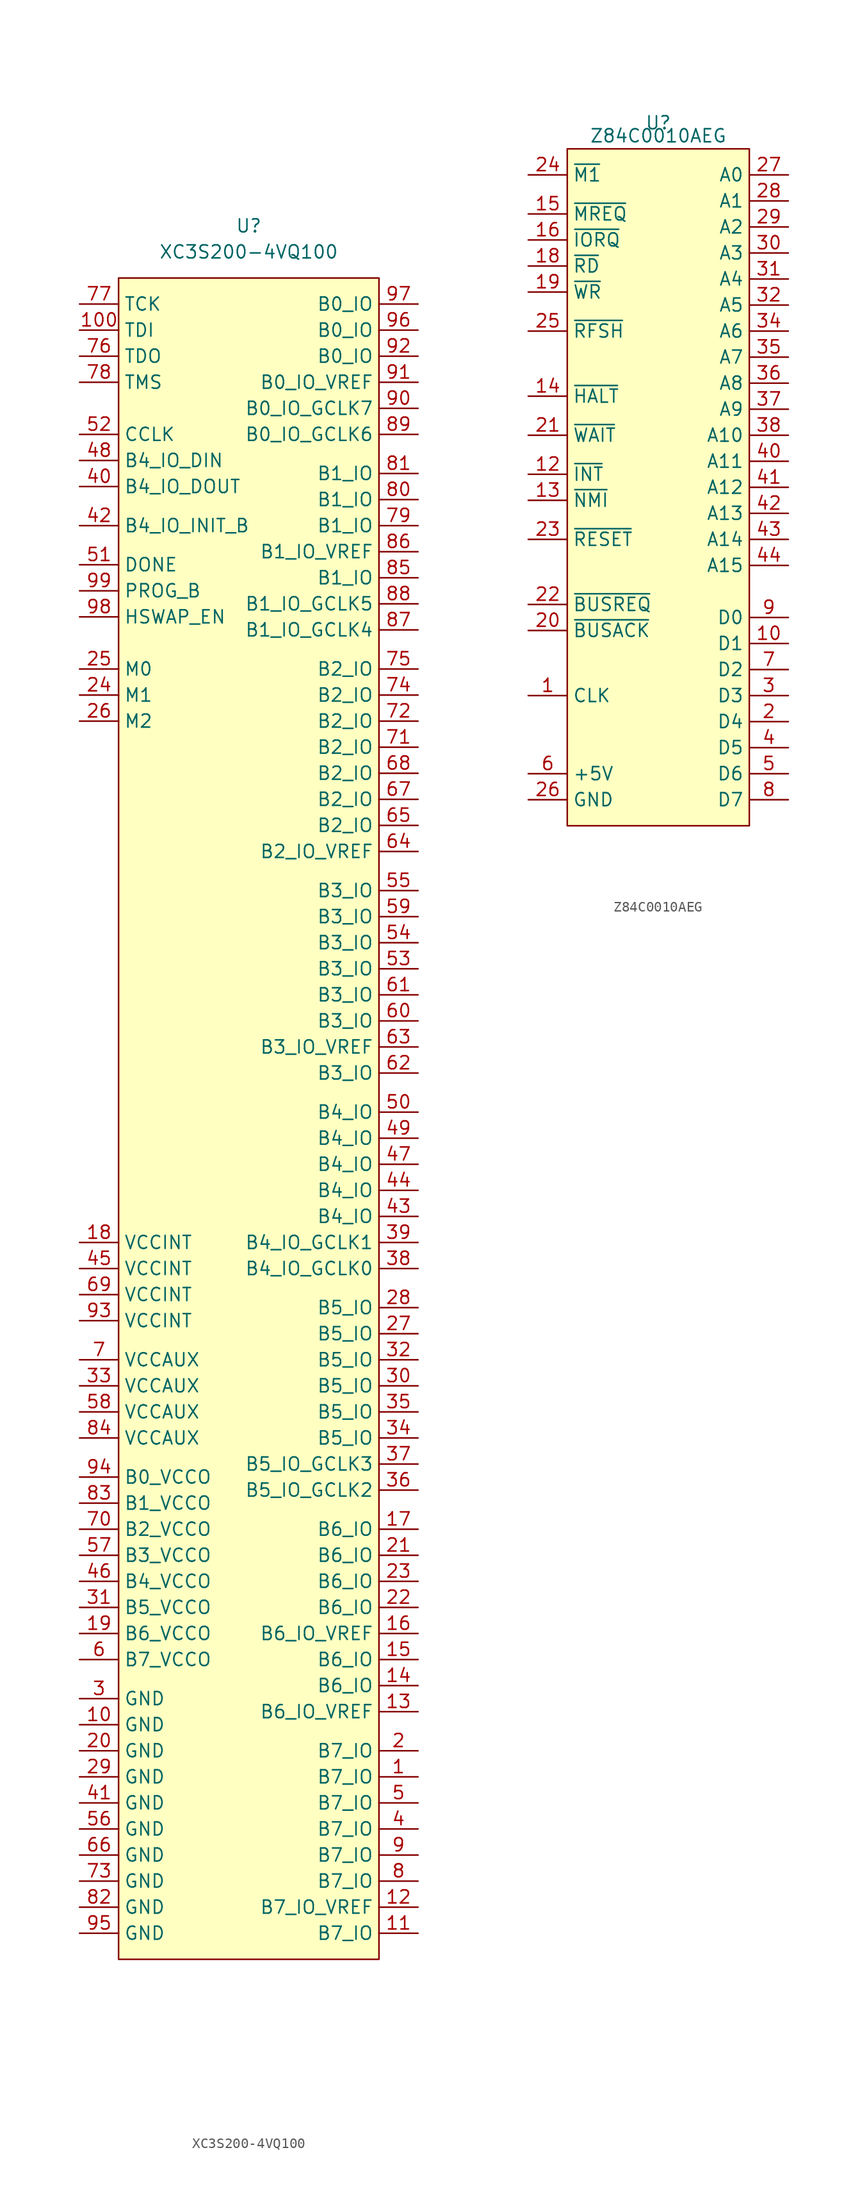
<source format=kicad_sym>
(kicad_symbol_lib
  (version 20211014)
  (generator kicad_symbol_editor)
  (symbol "XC3S200-4VQ100"
    (property "Reference" "U"
      (at 0 87.63 0)
      (effects (font (size 1.27 1.27))))
    (property "Value" "XC3S200-4VQ100"
      (at 0 85.09 0)
      (effects (font (size 1.27 1.27))))
    (symbol "XC3S200-4VQ100_0_1"
      (rectangle (start -12.7 82.55) (end 12.7 -81.28) (stroke (width 0) (type default) (color 0 0 0 0)) (fill (type background))))
    (symbol "XC3S200-4VQ100_1_1"
      (pin passive line (at 16.51 -63.5 180) (length 3.81) (name "B7_IO" (effects (font (size 1.27 1.27)))) (number "1" (effects (font (size 1.27 1.27)))))
      (pin power_in line (at -16.51 -58.42 0) (length 3.81) (name "GND" (effects (font (size 1.27 1.27)))) (number "10" (effects (font (size 1.27 1.27)))))
      (pin input line (at -16.51 77.47 0) (length 3.81) (name "TDI" (effects (font (size 1.27 1.27)))) (number "100" (effects (font (size 1.27 1.27)))))
      (pin passive line (at 16.51 -78.74 180) (length 3.81) (name "B7_IO" (effects (font (size 1.27 1.27)))) (number "11" (effects (font (size 1.27 1.27)))))
      (pin passive line (at 16.51 -76.2 180) (length 3.81) (name "B7_IO_VREF" (effects (font (size 1.27 1.27)))) (number "12" (effects (font (size 1.27 1.27)))))
      (pin passive line (at 16.51 -57.15 180) (length 3.81) (name "B6_IO_VREF" (effects (font (size 1.27 1.27)))) (number "13" (effects (font (size 1.27 1.27)))))
      (pin passive line (at 16.51 -54.61 180) (length 3.81) (name "B6_IO" (effects (font (size 1.27 1.27)))) (number "14" (effects (font (size 1.27 1.27)))))
      (pin passive line (at 16.51 -52.07 180) (length 3.81) (name "B6_IO" (effects (font (size 1.27 1.27)))) (number "15" (effects (font (size 1.27 1.27)))))
      (pin passive line (at 16.51 -49.53 180) (length 3.81) (name "B6_IO_VREF" (effects (font (size 1.27 1.27)))) (number "16" (effects (font (size 1.27 1.27)))))
      (pin passive line (at 16.51 -39.37 180) (length 3.81) (name "B6_IO" (effects (font (size 1.27 1.27)))) (number "17" (effects (font (size 1.27 1.27)))))
      (pin power_in line (at -16.51 -11.43 0) (length 3.81) (name "VCCINT" (effects (font (size 1.27 1.27)))) (number "18" (effects (font (size 1.27 1.27)))))
      (pin power_in line (at -16.51 -49.53 0) (length 3.81) (name "B6_VCCO" (effects (font (size 1.27 1.27)))) (number "19" (effects (font (size 1.27 1.27)))))
      (pin passive line (at 16.51 -60.96 180) (length 3.81) (name "B7_IO" (effects (font (size 1.27 1.27)))) (number "2" (effects (font (size 1.27 1.27)))))
      (pin power_in line (at -16.51 -60.96 0) (length 3.81) (name "GND" (effects (font (size 1.27 1.27)))) (number "20" (effects (font (size 1.27 1.27)))))
      (pin passive line (at 16.51 -41.91 180) (length 3.81) (name "B6_IO" (effects (font (size 1.27 1.27)))) (number "21" (effects (font (size 1.27 1.27)))))
      (pin passive line (at 16.51 -46.99 180) (length 3.81) (name "B6_IO" (effects (font (size 1.27 1.27)))) (number "22" (effects (font (size 1.27 1.27)))))
      (pin passive line (at 16.51 -44.45 180) (length 3.81) (name "B6_IO" (effects (font (size 1.27 1.27)))) (number "23" (effects (font (size 1.27 1.27)))))
      (pin input line (at -16.51 41.91 0) (length 3.81) (name "M1" (effects (font (size 1.27 1.27)))) (number "24" (effects (font (size 1.27 1.27)))))
      (pin input line (at -16.51 44.45 0) (length 3.81) (name "M0" (effects (font (size 1.27 1.27)))) (number "25" (effects (font (size 1.27 1.27)))))
      (pin input line (at -16.51 39.37 0) (length 3.81) (name "M2" (effects (font (size 1.27 1.27)))) (number "26" (effects (font (size 1.27 1.27)))))
      (pin passive line (at 16.51 -20.32 180) (length 3.81) (name "B5_IO" (effects (font (size 1.27 1.27)))) (number "27" (effects (font (size 1.27 1.27)))))
      (pin passive line (at 16.51 -17.78 180) (length 3.81) (name "B5_IO" (effects (font (size 1.27 1.27)))) (number "28" (effects (font (size 1.27 1.27)))))
      (pin power_in line (at -16.51 -63.5 0) (length 3.81) (name "GND" (effects (font (size 1.27 1.27)))) (number "29" (effects (font (size 1.27 1.27)))))
      (pin power_in line (at -16.51 -55.88 0) (length 3.81) (name "GND" (effects (font (size 1.27 1.27)))) (number "3" (effects (font (size 1.27 1.27)))))
      (pin passive line (at 16.51 -25.4 180) (length 3.81) (name "B5_IO" (effects (font (size 1.27 1.27)))) (number "30" (effects (font (size 1.27 1.27)))))
      (pin power_in line (at -16.51 -46.99 0) (length 3.81) (name "B5_VCCO" (effects (font (size 1.27 1.27)))) (number "31" (effects (font (size 1.27 1.27)))))
      (pin passive line (at 16.51 -22.86 180) (length 3.81) (name "B5_IO" (effects (font (size 1.27 1.27)))) (number "32" (effects (font (size 1.27 1.27)))))
      (pin power_in line (at -16.51 -25.4 0) (length 3.81) (name "VCCAUX" (effects (font (size 1.27 1.27)))) (number "33" (effects (font (size 1.27 1.27)))))
      (pin passive line (at 16.51 -30.48 180) (length 3.81) (name "B5_IO" (effects (font (size 1.27 1.27)))) (number "34" (effects (font (size 1.27 1.27)))))
      (pin passive line (at 16.51 -27.94 180) (length 3.81) (name "B5_IO" (effects (font (size 1.27 1.27)))) (number "35" (effects (font (size 1.27 1.27)))))
      (pin passive line (at 16.51 -35.56 180) (length 3.81) (name "B5_IO_GCLK2" (effects (font (size 1.27 1.27)))) (number "36" (effects (font (size 1.27 1.27)))))
      (pin passive line (at 16.51 -33.02 180) (length 3.81) (name "B5_IO_GCLK3" (effects (font (size 1.27 1.27)))) (number "37" (effects (font (size 1.27 1.27)))))
      (pin passive line (at 16.51 -13.97 180) (length 3.81) (name "B4_IO_GCLK0" (effects (font (size 1.27 1.27)))) (number "38" (effects (font (size 1.27 1.27)))))
      (pin passive line (at 16.51 -11.43 180) (length 3.81) (name "B4_IO_GCLK1" (effects (font (size 1.27 1.27)))) (number "39" (effects (font (size 1.27 1.27)))))
      (pin passive line (at 16.51 -68.58 180) (length 3.81) (name "B7_IO" (effects (font (size 1.27 1.27)))) (number "4" (effects (font (size 1.27 1.27)))))
      (pin passive line (at -16.51 62.23 0) (length 3.81) (name "B4_IO_DOUT" (effects (font (size 1.27 1.27)))) (number "40" (effects (font (size 1.27 1.27)))))
      (pin power_in line (at -16.51 -66.04 0) (length 3.81) (name "GND" (effects (font (size 1.27 1.27)))) (number "41" (effects (font (size 1.27 1.27)))))
      (pin passive line (at -16.51 58.42 0) (length 3.81) (name "B4_IO_INIT_B" (effects (font (size 1.27 1.27)))) (number "42" (effects (font (size 1.27 1.27)))))
      (pin passive line (at 16.51 -8.89 180) (length 3.81) (name "B4_IO" (effects (font (size 1.27 1.27)))) (number "43" (effects (font (size 1.27 1.27)))))
      (pin passive line (at 16.51 -6.35 180) (length 3.81) (name "B4_IO" (effects (font (size 1.27 1.27)))) (number "44" (effects (font (size 1.27 1.27)))))
      (pin power_in line (at -16.51 -13.97 0) (length 3.81) (name "VCCINT" (effects (font (size 1.27 1.27)))) (number "45" (effects (font (size 1.27 1.27)))))
      (pin power_in line (at -16.51 -44.45 0) (length 3.81) (name "B4_VCCO" (effects (font (size 1.27 1.27)))) (number "46" (effects (font (size 1.27 1.27)))))
      (pin passive line (at 16.51 -3.81 180) (length 3.81) (name "B4_IO" (effects (font (size 1.27 1.27)))) (number "47" (effects (font (size 1.27 1.27)))))
      (pin passive line (at -16.51 64.77 0) (length 3.81) (name "B4_IO_DIN" (effects (font (size 1.27 1.27)))) (number "48" (effects (font (size 1.27 1.27)))))
      (pin passive line (at 16.51 -1.27 180) (length 3.81) (name "B4_IO" (effects (font (size 1.27 1.27)))) (number "49" (effects (font (size 1.27 1.27)))))
      (pin passive line (at 16.51 -66.04 180) (length 3.81) (name "B7_IO" (effects (font (size 1.27 1.27)))) (number "5" (effects (font (size 1.27 1.27)))))
      (pin passive line (at 16.51 1.27 180) (length 3.81) (name "B4_IO" (effects (font (size 1.27 1.27)))) (number "50" (effects (font (size 1.27 1.27)))))
      (pin output line (at -16.51 54.61 0) (length 3.81) (name "DONE" (effects (font (size 1.27 1.27)))) (number "51" (effects (font (size 1.27 1.27)))))
      (pin input line (at -16.51 67.31 0) (length 3.81) (name "CCLK" (effects (font (size 1.27 1.27)))) (number "52" (effects (font (size 1.27 1.27)))))
      (pin passive line (at 16.51 15.24 180) (length 3.81) (name "B3_IO" (effects (font (size 1.27 1.27)))) (number "53" (effects (font (size 1.27 1.27)))))
      (pin passive line (at 16.51 17.78 180) (length 3.81) (name "B3_IO" (effects (font (size 1.27 1.27)))) (number "54" (effects (font (size 1.27 1.27)))))
      (pin passive line (at 16.51 22.86 180) (length 3.81) (name "B3_IO" (effects (font (size 1.27 1.27)))) (number "55" (effects (font (size 1.27 1.27)))))
      (pin power_in line (at -16.51 -68.58 0) (length 3.81) (name "GND" (effects (font (size 1.27 1.27)))) (number "56" (effects (font (size 1.27 1.27)))))
      (pin power_in line (at -16.51 -41.91 0) (length 3.81) (name "B3_VCCO" (effects (font (size 1.27 1.27)))) (number "57" (effects (font (size 1.27 1.27)))))
      (pin power_in line (at -16.51 -27.94 0) (length 3.81) (name "VCCAUX" (effects (font (size 1.27 1.27)))) (number "58" (effects (font (size 1.27 1.27)))))
      (pin passive line (at 16.51 20.32 180) (length 3.81) (name "B3_IO" (effects (font (size 1.27 1.27)))) (number "59" (effects (font (size 1.27 1.27)))))
      (pin power_in line (at -16.51 -52.07 0) (length 3.81) (name "B7_VCCO" (effects (font (size 1.27 1.27)))) (number "6" (effects (font (size 1.27 1.27)))))
      (pin passive line (at 16.51 10.16 180) (length 3.81) (name "B3_IO" (effects (font (size 1.27 1.27)))) (number "60" (effects (font (size 1.27 1.27)))))
      (pin passive line (at 16.51 12.7 180) (length 3.81) (name "B3_IO" (effects (font (size 1.27 1.27)))) (number "61" (effects (font (size 1.27 1.27)))))
      (pin passive line (at 16.51 5.08 180) (length 3.81) (name "B3_IO" (effects (font (size 1.27 1.27)))) (number "62" (effects (font (size 1.27 1.27)))))
      (pin passive line (at 16.51 7.62 180) (length 3.81) (name "B3_IO_VREF" (effects (font (size 1.27 1.27)))) (number "63" (effects (font (size 1.27 1.27)))))
      (pin passive line (at 16.51 26.67 180) (length 3.81) (name "B2_IO_VREF" (effects (font (size 1.27 1.27)))) (number "64" (effects (font (size 1.27 1.27)))))
      (pin passive line (at 16.51 29.21 180) (length 3.81) (name "B2_IO" (effects (font (size 1.27 1.27)))) (number "65" (effects (font (size 1.27 1.27)))))
      (pin power_in line (at -16.51 -71.12 0) (length 3.81) (name "GND" (effects (font (size 1.27 1.27)))) (number "66" (effects (font (size 1.27 1.27)))))
      (pin passive line (at 16.51 31.75 180) (length 3.81) (name "B2_IO" (effects (font (size 1.27 1.27)))) (number "67" (effects (font (size 1.27 1.27)))))
      (pin passive line (at 16.51 34.29 180) (length 3.81) (name "B2_IO" (effects (font (size 1.27 1.27)))) (number "68" (effects (font (size 1.27 1.27)))))
      (pin power_in line (at -16.51 -16.51 0) (length 3.81) (name "VCCINT" (effects (font (size 1.27 1.27)))) (number "69" (effects (font (size 1.27 1.27)))))
      (pin power_in line (at -16.51 -22.86 0) (length 3.81) (name "VCCAUX" (effects (font (size 1.27 1.27)))) (number "7" (effects (font (size 1.27 1.27)))))
      (pin power_in line (at -16.51 -39.37 0) (length 3.81) (name "B2_VCCO" (effects (font (size 1.27 1.27)))) (number "70" (effects (font (size 1.27 1.27)))))
      (pin passive line (at 16.51 36.83 180) (length 3.81) (name "B2_IO" (effects (font (size 1.27 1.27)))) (number "71" (effects (font (size 1.27 1.27)))))
      (pin passive line (at 16.51 39.37 180) (length 3.81) (name "B2_IO" (effects (font (size 1.27 1.27)))) (number "72" (effects (font (size 1.27 1.27)))))
      (pin power_in line (at -16.51 -73.66 0) (length 3.81) (name "GND" (effects (font (size 1.27 1.27)))) (number "73" (effects (font (size 1.27 1.27)))))
      (pin passive line (at 16.51 41.91 180) (length 3.81) (name "B2_IO" (effects (font (size 1.27 1.27)))) (number "74" (effects (font (size 1.27 1.27)))))
      (pin passive line (at 16.51 44.45 180) (length 3.81) (name "B2_IO" (effects (font (size 1.27 1.27)))) (number "75" (effects (font (size 1.27 1.27)))))
      (pin output line (at -16.51 74.93 0) (length 3.81) (name "TDO" (effects (font (size 1.27 1.27)))) (number "76" (effects (font (size 1.27 1.27)))))
      (pin input line (at -16.51 80.01 0) (length 3.81) (name "TCK" (effects (font (size 1.27 1.27)))) (number "77" (effects (font (size 1.27 1.27)))))
      (pin input line (at -16.51 72.39 0) (length 3.81) (name "TMS" (effects (font (size 1.27 1.27)))) (number "78" (effects (font (size 1.27 1.27)))))
      (pin passive line (at 16.51 58.42 180) (length 3.81) (name "B1_IO" (effects (font (size 1.27 1.27)))) (number "79" (effects (font (size 1.27 1.27)))))
      (pin passive line (at 16.51 -73.66 180) (length 3.81) (name "B7_IO" (effects (font (size 1.27 1.27)))) (number "8" (effects (font (size 1.27 1.27)))))
      (pin passive line (at 16.51 60.96 180) (length 3.81) (name "B1_IO" (effects (font (size 1.27 1.27)))) (number "80" (effects (font (size 1.27 1.27)))))
      (pin passive line (at 16.51 63.5 180) (length 3.81) (name "B1_IO" (effects (font (size 1.27 1.27)))) (number "81" (effects (font (size 1.27 1.27)))))
      (pin power_in line (at -16.51 -76.2 0) (length 3.81) (name "GND" (effects (font (size 1.27 1.27)))) (number "82" (effects (font (size 1.27 1.27)))))
      (pin power_in line (at -16.51 -36.83 0) (length 3.81) (name "B1_VCCO" (effects (font (size 1.27 1.27)))) (number "83" (effects (font (size 1.27 1.27)))))
      (pin power_in line (at -16.51 -30.48 0) (length 3.81) (name "VCCAUX" (effects (font (size 1.27 1.27)))) (number "84" (effects (font (size 1.27 1.27)))))
      (pin passive line (at 16.51 53.34 180) (length 3.81) (name "B1_IO" (effects (font (size 1.27 1.27)))) (number "85" (effects (font (size 1.27 1.27)))))
      (pin passive line (at 16.51 55.88 180) (length 3.81) (name "B1_IO_VREF" (effects (font (size 1.27 1.27)))) (number "86" (effects (font (size 1.27 1.27)))))
      (pin passive line (at 16.51 48.26 180) (length 3.81) (name "B1_IO_GCLK4" (effects (font (size 1.27 1.27)))) (number "87" (effects (font (size 1.27 1.27)))))
      (pin passive line (at 16.51 50.8 180) (length 3.81) (name "B1_IO_GCLK5" (effects (font (size 1.27 1.27)))) (number "88" (effects (font (size 1.27 1.27)))))
      (pin passive line (at 16.51 67.31 180) (length 3.81) (name "B0_IO_GCLK6" (effects (font (size 1.27 1.27)))) (number "89" (effects (font (size 1.27 1.27)))))
      (pin passive line (at 16.51 -71.12 180) (length 3.81) (name "B7_IO" (effects (font (size 1.27 1.27)))) (number "9" (effects (font (size 1.27 1.27)))))
      (pin passive line (at 16.51 69.85 180) (length 3.81) (name "B0_IO_GCLK7" (effects (font (size 1.27 1.27)))) (number "90" (effects (font (size 1.27 1.27)))))
      (pin passive line (at 16.51 72.39 180) (length 3.81) (name "B0_IO_VREF" (effects (font (size 1.27 1.27)))) (number "91" (effects (font (size 1.27 1.27)))))
      (pin passive line (at 16.51 74.93 180) (length 3.81) (name "B0_IO" (effects (font (size 1.27 1.27)))) (number "92" (effects (font (size 1.27 1.27)))))
      (pin power_in line (at -16.51 -19.05 0) (length 3.81) (name "VCCINT" (effects (font (size 1.27 1.27)))) (number "93" (effects (font (size 1.27 1.27)))))
      (pin power_in line (at -16.51 -34.29 0) (length 3.81) (name "B0_VCCO" (effects (font (size 1.27 1.27)))) (number "94" (effects (font (size 1.27 1.27)))))
      (pin power_in line (at -16.51 -78.74 0) (length 3.81) (name "GND" (effects (font (size 1.27 1.27)))) (number "95" (effects (font (size 1.27 1.27)))))
      (pin passive line (at 16.51 77.47 180) (length 3.81) (name "B0_IO" (effects (font (size 1.27 1.27)))) (number "96" (effects (font (size 1.27 1.27)))))
      (pin passive line (at 16.51 80.01 180) (length 3.81) (name "B0_IO" (effects (font (size 1.27 1.27)))) (number "97" (effects (font (size 1.27 1.27)))))
      (pin input line (at -16.51 49.53 0) (length 3.81) (name "HSWAP_EN" (effects (font (size 1.27 1.27)))) (number "98" (effects (font (size 1.27 1.27)))))
      (pin input line (at -16.51 52.07 0) (length 3.81) (name "PROG_B" (effects (font (size 1.27 1.27)))) (number "99" (effects (font (size 1.27 1.27)))))))
  (symbol "Z84C0010AEG"
    (property "Reference" "U"
      (at 0 35.56 0)
      (effects (font (size 1.27 1.27))))
    (property "Value" "Z84C0010AEG"
      (at 0 34.29 0)
      (effects (font (size 1.27 1.27))))
    (symbol "Z84C0010AEG_0_1"
      (rectangle (start -8.89 33.02) (end 8.89 -33.02) (stroke (width 0) (type default) (color 0 0 0 0)) (fill (type background))))
    (symbol "Z84C0010AEG_1_1"
      (pin input line (at -12.7 -20.32 0) (length 3.81) (name "CLK" (effects (font (size 1.27 1.27)))) (number "1" (effects (font (size 1.27 1.27)))))
      (pin bidirectional line (at 12.7 -15.24 180) (length 3.81) (name "D1" (effects (font (size 1.27 1.27)))) (number "10" (effects (font (size 1.27 1.27)))))
      (pin input line (at -12.7 1.27 0) (length 3.81) (name "~{INT}" (effects (font (size 1.27 1.27)))) (number "12" (effects (font (size 1.27 1.27)))))
      (pin input line (at -12.7 -1.27 0) (length 3.81) (name "~{NMI}" (effects (font (size 1.27 1.27)))) (number "13" (effects (font (size 1.27 1.27)))))
      (pin output line (at -12.7 8.89 0) (length 3.81) (name "~{HALT}" (effects (font (size 1.27 1.27)))) (number "14" (effects (font (size 1.27 1.27)))))
      (pin output line (at -12.7 26.67 0) (length 3.81) (name "~{MREQ}" (effects (font (size 1.27 1.27)))) (number "15" (effects (font (size 1.27 1.27)))))
      (pin output line (at -12.7 24.13 0) (length 3.81) (name "~{IORQ}" (effects (font (size 1.27 1.27)))) (number "16" (effects (font (size 1.27 1.27)))))
      (pin output line (at -12.7 21.59 0) (length 3.81) (name "~{RD}" (effects (font (size 1.27 1.27)))) (number "18" (effects (font (size 1.27 1.27)))))
      (pin output line (at -12.7 19.05 0) (length 3.81) (name "~{WR}" (effects (font (size 1.27 1.27)))) (number "19" (effects (font (size 1.27 1.27)))))
      (pin bidirectional line (at 12.7 -22.86 180) (length 3.81) (name "D4" (effects (font (size 1.27 1.27)))) (number "2" (effects (font (size 1.27 1.27)))))
      (pin output line (at -12.7 -13.97 0) (length 3.81) (name "~{BUSACK}" (effects (font (size 1.27 1.27)))) (number "20" (effects (font (size 1.27 1.27)))))
      (pin input line (at -12.7 5.08 0) (length 3.81) (name "~{WAIT}" (effects (font (size 1.27 1.27)))) (number "21" (effects (font (size 1.27 1.27)))))
      (pin input line (at -12.7 -11.43 0) (length 3.81) (name "~{BUSREQ}" (effects (font (size 1.27 1.27)))) (number "22" (effects (font (size 1.27 1.27)))))
      (pin input line (at -12.7 -5.08 0) (length 3.81) (name "~{RESET}" (effects (font (size 1.27 1.27)))) (number "23" (effects (font (size 1.27 1.27)))))
      (pin output line (at -12.7 30.48 0) (length 3.81) (name "~{M1}" (effects (font (size 1.27 1.27)))) (number "24" (effects (font (size 1.27 1.27)))))
      (pin output line (at -12.7 15.24 0) (length 3.81) (name "~{RFSH}" (effects (font (size 1.27 1.27)))) (number "25" (effects (font (size 1.27 1.27)))))
      (pin power_in line (at -12.7 -30.48 0) (length 3.81) (name "GND" (effects (font (size 1.27 1.27)))) (number "26" (effects (font (size 1.27 1.27)))))
      (pin output line (at 12.7 30.48 180) (length 3.81) (name "A0" (effects (font (size 1.27 1.27)))) (number "27" (effects (font (size 1.27 1.27)))))
      (pin output line (at 12.7 27.94 180) (length 3.81) (name "A1" (effects (font (size 1.27 1.27)))) (number "28" (effects (font (size 1.27 1.27)))))
      (pin output line (at 12.7 25.4 180) (length 3.81) (name "A2" (effects (font (size 1.27 1.27)))) (number "29" (effects (font (size 1.27 1.27)))))
      (pin bidirectional line (at 12.7 -20.32 180) (length 3.81) (name "D3" (effects (font (size 1.27 1.27)))) (number "3" (effects (font (size 1.27 1.27)))))
      (pin output line (at 12.7 22.86 180) (length 3.81) (name "A3" (effects (font (size 1.27 1.27)))) (number "30" (effects (font (size 1.27 1.27)))))
      (pin output line (at 12.7 20.32 180) (length 3.81) (name "A4" (effects (font (size 1.27 1.27)))) (number "31" (effects (font (size 1.27 1.27)))))
      (pin output line (at 12.7 17.78 180) (length 3.81) (name "A5" (effects (font (size 1.27 1.27)))) (number "32" (effects (font (size 1.27 1.27)))))
      (pin output line (at 12.7 15.24 180) (length 3.81) (name "A6" (effects (font (size 1.27 1.27)))) (number "34" (effects (font (size 1.27 1.27)))))
      (pin output line (at 12.7 12.7 180) (length 3.81) (name "A7" (effects (font (size 1.27 1.27)))) (number "35" (effects (font (size 1.27 1.27)))))
      (pin output line (at 12.7 10.16 180) (length 3.81) (name "A8" (effects (font (size 1.27 1.27)))) (number "36" (effects (font (size 1.27 1.27)))))
      (pin output line (at 12.7 7.62 180) (length 3.81) (name "A9" (effects (font (size 1.27 1.27)))) (number "37" (effects (font (size 1.27 1.27)))))
      (pin output line (at 12.7 5.08 180) (length 3.81) (name "A10" (effects (font (size 1.27 1.27)))) (number "38" (effects (font (size 1.27 1.27)))))
      (pin bidirectional line (at 12.7 -25.4 180) (length 3.81) (name "D5" (effects (font (size 1.27 1.27)))) (number "4" (effects (font (size 1.27 1.27)))))
      (pin output line (at 12.7 2.54 180) (length 3.81) (name "A11" (effects (font (size 1.27 1.27)))) (number "40" (effects (font (size 1.27 1.27)))))
      (pin output line (at 12.7 0 180) (length 3.81) (name "A12" (effects (font (size 1.27 1.27)))) (number "41" (effects (font (size 1.27 1.27)))))
      (pin output line (at 12.7 -2.54 180) (length 3.81) (name "A13" (effects (font (size 1.27 1.27)))) (number "42" (effects (font (size 1.27 1.27)))))
      (pin output line (at 12.7 -5.08 180) (length 3.81) (name "A14" (effects (font (size 1.27 1.27)))) (number "43" (effects (font (size 1.27 1.27)))))
      (pin output line (at 12.7 -7.62 180) (length 3.81) (name "A15" (effects (font (size 1.27 1.27)))) (number "44" (effects (font (size 1.27 1.27)))))
      (pin bidirectional line (at 12.7 -27.94 180) (length 3.81) (name "D6" (effects (font (size 1.27 1.27)))) (number "5" (effects (font (size 1.27 1.27)))))
      (pin power_in line (at -12.7 -27.94 0) (length 3.81) (name "+5V" (effects (font (size 1.27 1.27)))) (number "6" (effects (font (size 1.27 1.27)))))
      (pin bidirectional line (at 12.7 -17.78 180) (length 3.81) (name "D2" (effects (font (size 1.27 1.27)))) (number "7" (effects (font (size 1.27 1.27)))))
      (pin bidirectional line (at 12.7 -30.48 180) (length 3.81) (name "D7" (effects (font (size 1.27 1.27)))) (number "8" (effects (font (size 1.27 1.27)))))
      (pin bidirectional line (at 12.7 -12.7 180) (length 3.81) (name "D0" (effects (font (size 1.27 1.27)))) (number "9" (effects (font (size 1.27 1.27))))))))
</source>
